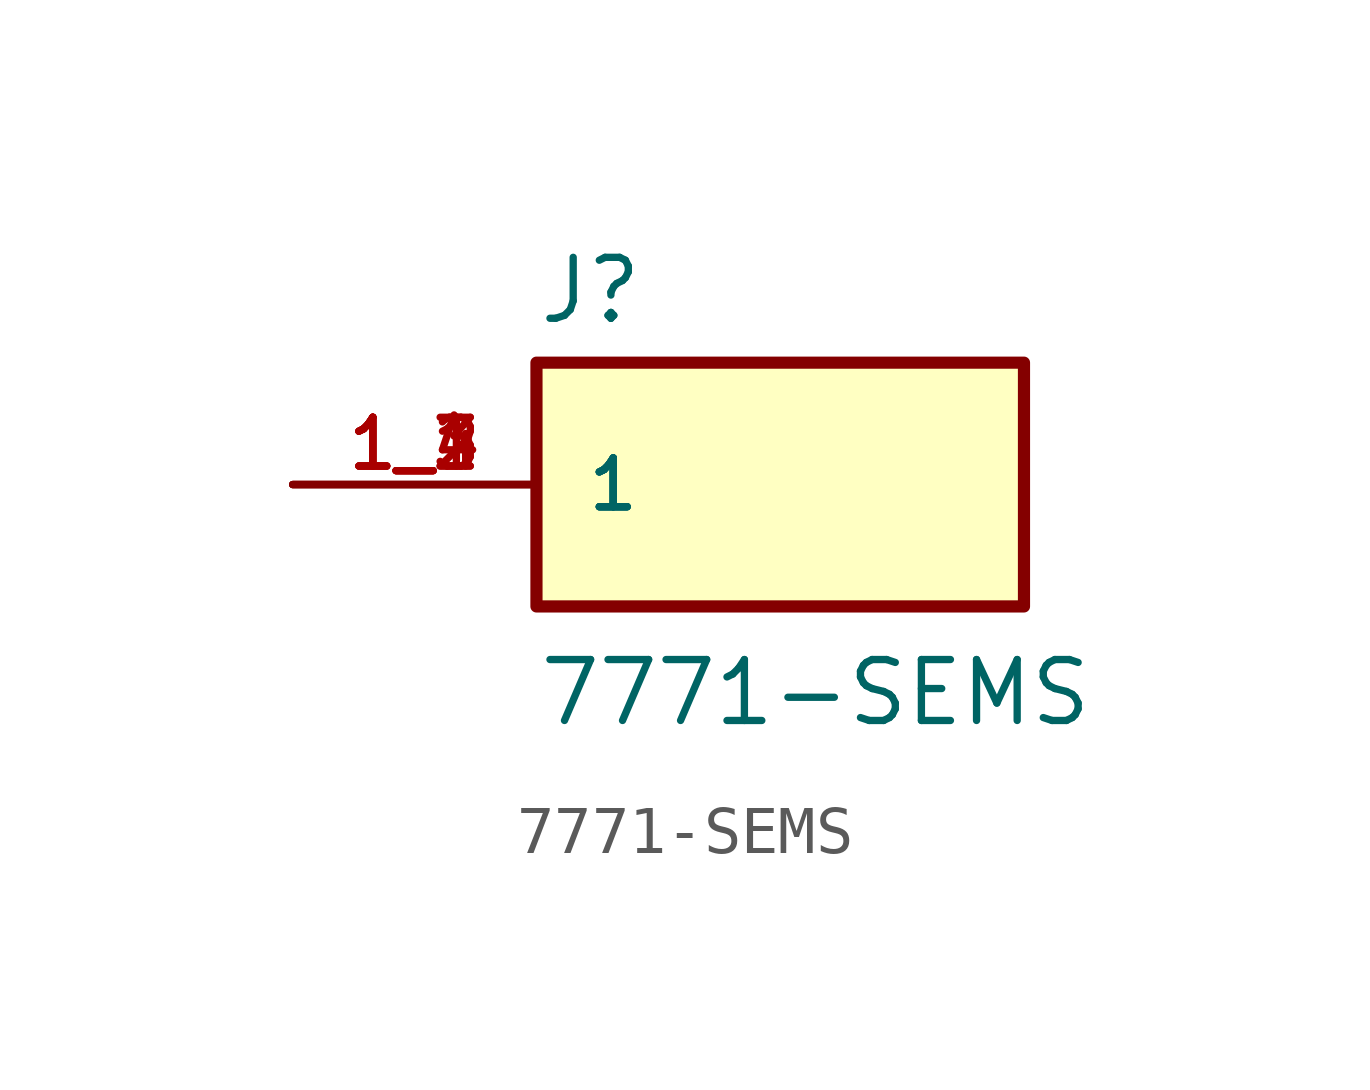
<source format=kicad_sym>
(kicad_symbol_lib
  (version 20231120)
  (generator "kicad_symbol_editor")
  (generator_version "8.0")
  (symbol "7771-SEMS"
    (pin_names
      (offset 1.016))
    (property "Reference" "J"
      (at -5.08 3.302 0)
      (effects (font (size 1.27 1.27)) (justify left bottom)))
    (property "Value" "7771-SEMS"
      (at -5.08 -5.08 0)
      (effects (font (size 1.27 1.27)) (justify left bottom)))
    (property "Notes" ""
      (at 0 0 0)
      (effects (font (size 1.27 1.27))))
    (symbol "7771-SEMS_0_0"
      (rectangle (start -5.08 -2.54) (end 5.08 2.54) (stroke (width 0.254) (type default)) (fill (type background)))
      (pin passive line (at -10.16 0 0) (length 5.08) (name "1" (effects (font (size 1.016 1.016)))) (number "1_1" (effects (font (size 1.016 1.016)))))
      (pin passive line (at -10.16 0 0) (length 5.08) (name "1" (effects (font (size 1.016 1.016)))) (number "1_2" (effects (font (size 1.016 1.016)))))
      (pin passive line (at -10.16 0 0) (length 5.08) (name "1" (effects (font (size 1.016 1.016)))) (number "1_3" (effects (font (size 1.016 1.016)))))
      (pin passive line (at -10.16 0 0) (length 5.08) (name "1" (effects (font (size 1.016 1.016)))) (number "1_4" (effects (font (size 1.016 1.016))))))))
</source>
